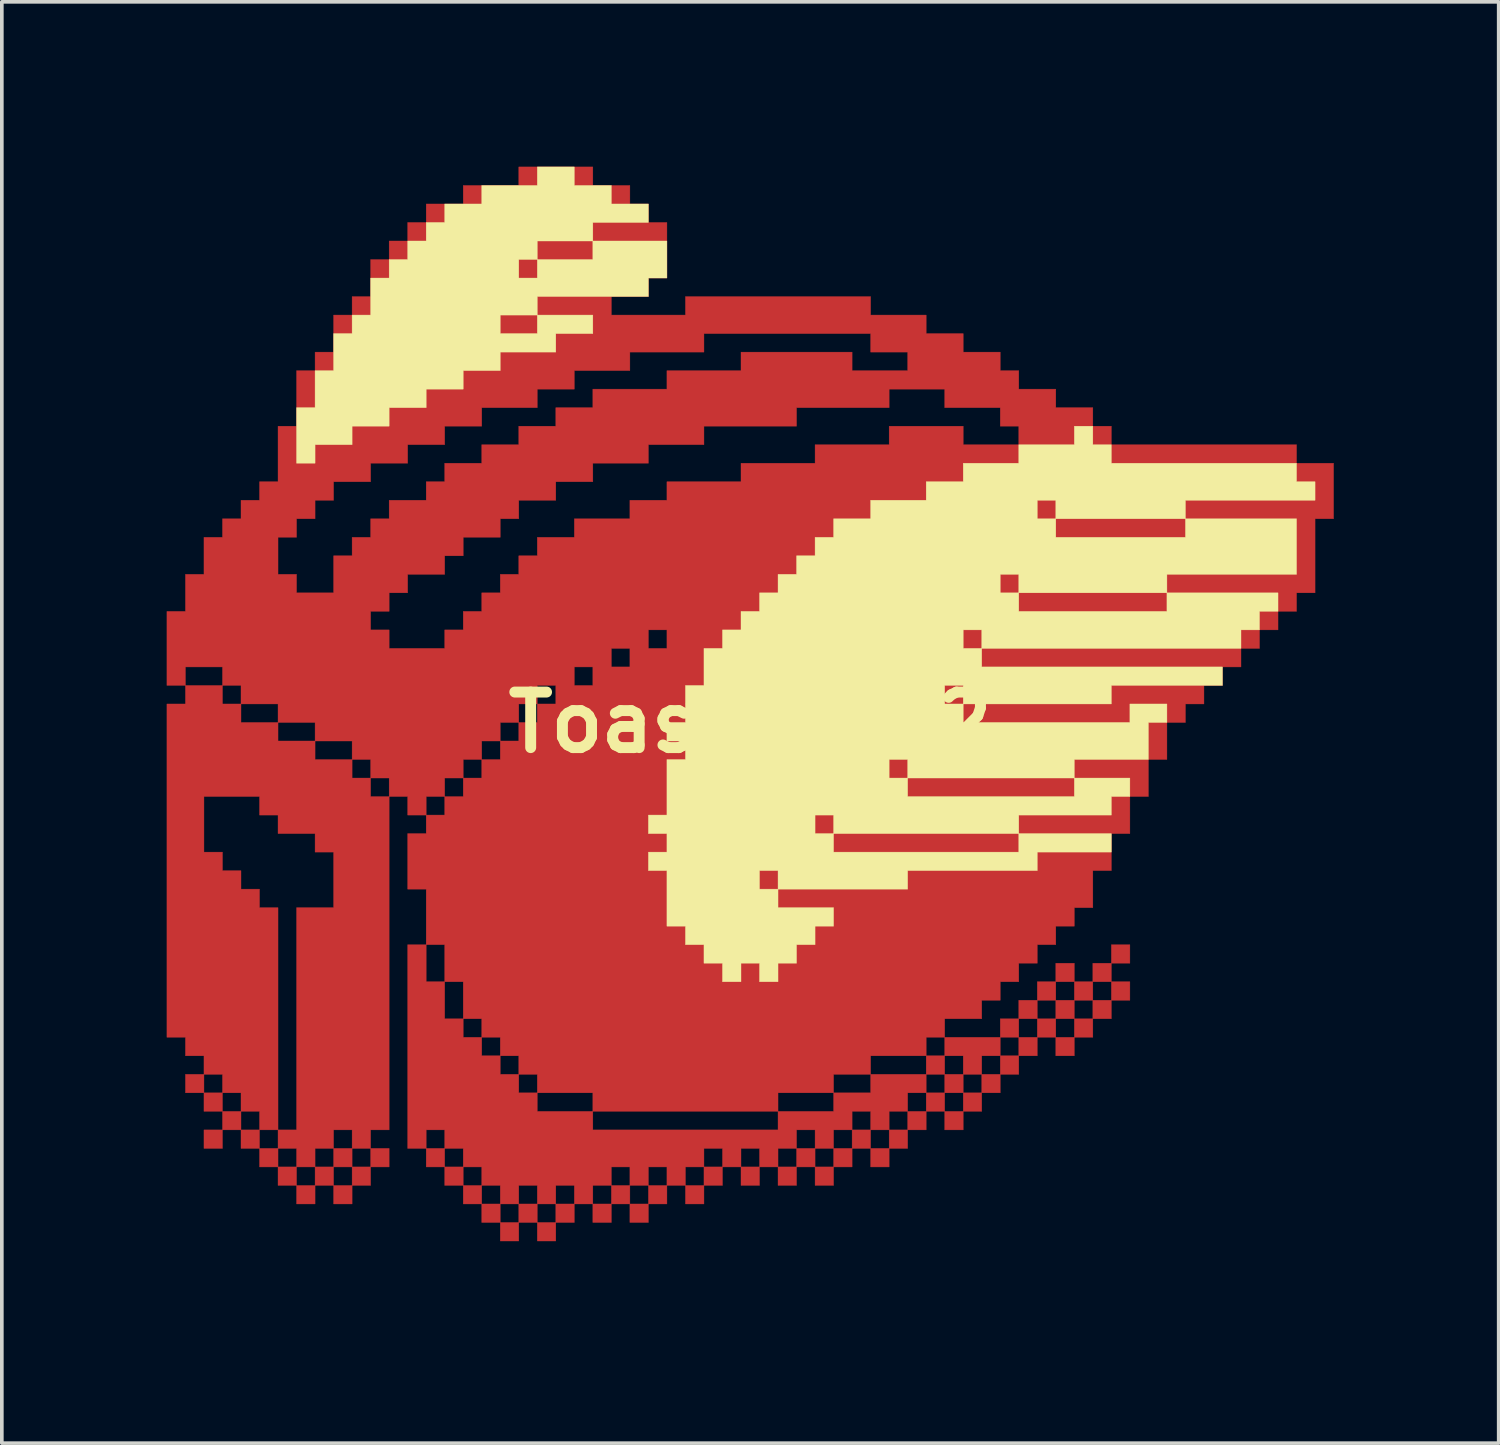
<source format=kicad_pcb>
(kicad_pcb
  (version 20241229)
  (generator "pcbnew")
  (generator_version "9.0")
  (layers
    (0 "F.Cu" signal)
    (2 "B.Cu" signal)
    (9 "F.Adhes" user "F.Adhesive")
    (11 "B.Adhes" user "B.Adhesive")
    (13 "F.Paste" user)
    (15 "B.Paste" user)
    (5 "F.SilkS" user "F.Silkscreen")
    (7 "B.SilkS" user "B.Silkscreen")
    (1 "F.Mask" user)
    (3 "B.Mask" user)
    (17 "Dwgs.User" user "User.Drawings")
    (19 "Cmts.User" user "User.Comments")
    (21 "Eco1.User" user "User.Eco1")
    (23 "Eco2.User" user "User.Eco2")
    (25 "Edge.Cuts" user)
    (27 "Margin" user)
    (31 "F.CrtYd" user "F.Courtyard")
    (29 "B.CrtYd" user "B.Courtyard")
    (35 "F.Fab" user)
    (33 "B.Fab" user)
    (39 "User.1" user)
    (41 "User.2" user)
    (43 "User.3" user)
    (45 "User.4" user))
  (footprint "Toasty_rev2"
    (layer "F.Cu")
    (at 17.531 16.769)
    (property "Reference" "Toasty_rev2" (at 0 0 0) (layer "F.SilkS") (effects (font (size 1.524 1.524) (thickness 0.3))))
    (attr through_hole)
    (fp_poly (pts (xy -15.494 10.16) (xy -15.494 9.652) (xy -14.986 9.652) (xy -14.986 10.16) (xy -15.494 10.16)) (stroke (width 0.01) (type solid)) (fill yes) (layer "F.Cu"))
    (fp_poly (pts (xy -14.986 10.668) (xy -14.986 10.16) (xy -14.478 10.16) (xy -14.478 10.668) (xy -14.986 10.668)) (stroke (width 0.01) (type solid)) (fill yes) (layer "F.Cu"))
    (fp_poly (pts (xy -14.478 10.668) (xy -13.97 10.668) (xy -13.97 11.176) (xy -14.478 11.176) (xy -14.478 10.668)) (stroke (width 0.01) (type solid)) (fill yes) (layer "F.Cu"))
    (fp_poly (pts (xy -14.478 11.684) (xy -14.986 11.684) (xy -14.986 11.176) (xy -14.478 11.176) (xy -14.478 11.684)) (stroke (width 0.01) (type solid)) (fill yes) (layer "F.Cu"))
    (fp_poly (pts (xy -10.922 12.192) (xy -11.43 12.192) (xy -11.43 11.684) (xy -10.922 11.684) (xy -10.922 12.192)) (stroke (width 0.01) (type solid)) (fill yes) (layer "F.Cu"))
    (fp_poly (pts (xy 1.27 12.192) (xy 1.27 11.684) (xy 1.778 11.684) (xy 1.778 12.192) (xy 1.27 12.192)) (stroke (width 0.01) (type solid)) (fill yes) (layer "F.Cu"))
    (fp_poly (pts (xy 1.27 12.7) (xy 0.762 12.7) (xy 0.762 12.192) (xy 1.27 12.192) (xy 1.27 12.7)) (stroke (width 0.01) (type solid)) (fill yes) (layer "F.Cu"))
    (fp_poly (pts (xy 2.286 12.7) (xy 1.778 12.7) (xy 1.778 12.192) (xy 2.286 12.192) (xy 2.286 12.7)) (stroke (width 0.01) (type solid)) (fill yes) (layer "F.Cu"))
    (fp_poly (pts (xy 2.794 11.684) (xy 2.794 11.176) (xy 3.302 11.176) (xy 3.302 11.684) (xy 2.794 11.684)) (stroke (width 0.01) (type solid)) (fill yes) (layer "F.Cu"))
    (fp_poly (pts (xy 2.794 12.192) (xy 2.286 12.192) (xy 2.286 11.684) (xy 2.794 11.684) (xy 2.794 12.192)) (stroke (width 0.01) (type solid)) (fill yes) (layer "F.Cu"))
    (fp_poly (pts (xy 3.81 12.192) (xy 3.302 12.192) (xy 3.302 11.684) (xy 3.81 11.684) (xy 3.81 12.192)) (stroke (width 0.01) (type solid)) (fill yes) (layer "F.Cu"))
    (fp_poly (pts (xy 4.318 11.684) (xy 3.81 11.684) (xy 3.81 11.176) (xy 4.318 11.176) (xy 4.318 11.684)) (stroke (width 0.01) (type solid)) (fill yes) (layer "F.Cu"))
    (fp_poly (pts (xy 4.826 9.652) (xy 4.826 9.144) (xy 5.334 9.144) (xy 5.334 9.652) (xy 4.826 9.652)) (stroke (width 0.01) (type solid)) (fill yes) (layer "F.Cu"))
    (fp_poly (pts (xy 4.826 10.668) (xy 4.826 10.16) (xy 5.334 10.16) (xy 5.334 10.668) (xy 4.826 10.668)) (stroke (width 0.01) (type solid)) (fill yes) (layer "F.Cu"))
    (fp_poly (pts (xy 4.826 11.176) (xy 4.318 11.176) (xy 4.318 10.668) (xy 4.826 10.668) (xy 4.826 11.176)) (stroke (width 0.01) (type solid)) (fill yes) (layer "F.Cu"))
    (fp_poly (pts (xy 5.842 9.652) (xy 5.842 10.16) (xy 5.334 10.16) (xy 5.334 9.652) (xy 5.842 9.652)) (stroke (width 0.01) (type solid)) (fill yes) (layer "F.Cu"))
    (fp_poly (pts (xy 5.842 11.176) (xy 5.334 11.176) (xy 5.334 10.668) (xy 5.842 10.668) (xy 5.842 11.176)) (stroke (width 0.01) (type solid)) (fill yes) (layer "F.Cu"))
    (fp_poly (pts (xy 6.35 10.668) (xy 5.842 10.668) (xy 5.842 10.16) (xy 6.35 10.16) (xy 6.35 10.668)) (stroke (width 0.01) (type solid)) (fill yes) (layer "F.Cu"))
    (fp_poly (pts (xy 6.858 10.16) (xy 6.35 10.16) (xy 6.35 9.652) (xy 6.858 9.652) (xy 6.858 10.16)) (stroke (width 0.01) (type solid)) (fill yes) (layer "F.Cu"))
    (fp_poly (pts (xy 7.366 8.636) (xy 6.858 8.636) (xy 6.858 8.128) (xy 7.366 8.128) (xy 7.366 8.636)) (stroke (width 0.01) (type solid)) (fill yes) (layer "F.Cu"))
    (fp_poly (pts (xy 7.366 9.652) (xy 6.858 9.652) (xy 6.858 9.144) (xy 7.366 9.144) (xy 7.366 9.652)) (stroke (width 0.01) (type solid)) (fill yes) (layer "F.Cu"))
    (fp_poly (pts (xy 7.874 8.128) (xy 7.366 8.128) (xy 7.366 7.62) (xy 7.874 7.62) (xy 7.874 8.128)) (stroke (width 0.01) (type solid)) (fill yes) (layer "F.Cu"))
    (fp_poly (pts (xy 7.874 8.636) (xy 7.874 8.128) (xy 8.382 8.128) (xy 8.382 8.636) (xy 7.874 8.636)) (stroke (width 0.01) (type solid)) (fill yes) (layer "F.Cu"))
    (fp_poly (pts (xy 7.874 9.144) (xy 7.366 9.144) (xy 7.366 8.636) (xy 7.874 8.636) (xy 7.874 9.144)) (stroke (width 0.01) (type solid)) (fill yes) (layer "F.Cu"))
    (fp_poly (pts (xy 8.382 7.112) (xy 8.382 6.604) (xy 8.89 6.604) (xy 8.89 7.112) (xy 8.382 7.112)) (stroke (width 0.01) (type solid)) (fill yes) (layer "F.Cu"))
    (fp_poly (pts (xy 8.382 7.62) (xy 7.874 7.62) (xy 7.874 7.112) (xy 8.382 7.112) (xy 8.382 7.62)) (stroke (width 0.01) (type solid)) (fill yes) (layer "F.Cu"))
    (fp_poly (pts (xy 8.89 8.128) (xy 8.382 8.128) (xy 8.382 7.62) (xy 8.89 7.62) (xy 8.89 8.128)) (stroke (width 0.01) (type solid)) (fill yes) (layer "F.Cu"))
    (fp_poly (pts (xy 8.89 9.144) (xy 8.382 9.144) (xy 8.382 8.636) (xy 8.89 8.636) (xy 8.89 9.144)) (stroke (width 0.01) (type solid)) (fill yes) (layer "F.Cu"))
    (fp_poly (pts (xy 9.398 7.62) (xy 8.89 7.62) (xy 8.89 7.112) (xy 9.398 7.112) (xy 9.398 7.62)) (stroke (width 0.01) (type solid)) (fill yes) (layer "F.Cu"))
    (fp_poly (pts (xy 9.398 8.636) (xy 8.89 8.636) (xy 8.89 8.128) (xy 9.398 8.128) (xy 9.398 8.636)) (stroke (width 0.01) (type solid)) (fill yes) (layer "F.Cu"))
    (fp_poly (pts (xy 9.906 6.096) (xy 10.414 6.096) (xy 10.414 6.604) (xy 9.906 6.604) (xy 9.906 6.096)) (stroke (width 0.01) (type solid)) (fill yes) (layer "F.Cu"))
    (fp_poly (pts (xy 9.906 7.112) (xy 9.398 7.112) (xy 9.398 6.604) (xy 9.906 6.604) (xy 9.906 7.112)) (stroke (width 0.01) (type solid)) (fill yes) (layer "F.Cu"))
    (fp_poly (pts (xy 9.906 7.112) (xy 10.414 7.112) (xy 10.414 7.62) (xy 9.906 7.62) (xy 9.906 7.112)) (stroke (width 0.01) (type solid)) (fill yes) (layer "F.Cu"))
    (fp_poly (pts (xy 9.906 8.128) (xy 9.398 8.128) (xy 9.398 7.62) (xy 9.906 7.62) (xy 9.906 8.128)) (stroke (width 0.01) (type solid)) (fill yes) (layer "F.Cu"))
    (fp_poly (pts (xy 6.858 9.144) (xy 6.35 9.144) (xy 6.35 9.652) (xy 5.842 9.652) (xy 5.842 9.144) (xy 5.334 9.144) (xy 5.334 8.636) (xy 6.858 8.636) (xy 6.858 9.144)) (stroke (width 0.01) (type solid)) (fill yes) (layer "F.Cu"))
    (fp_poly (pts (xy 0.254 12.192) (xy 0.254 12.7) (xy -0.254 12.7) (xy -0.254 12.192) (xy -0.762 12.192) (xy -0.762 12.7) (xy -1.27 12.7) (xy -1.27 13.208) (xy -1.778 13.208) (xy -1.778 12.7) (xy -2.286 12.7) (xy -2.286 13.208) (xy -2.794 13.208) (xy -2.794 13.716) (xy -3.302 13.716) (xy -3.302 13.208) (xy -3.81 13.208) (xy -3.81 13.716) (xy -4.318 13.716) (xy -4.318 13.208) (xy -4.826 13.208) (xy -4.826 13.716) (xy -5.334 13.716) (xy -5.334 14.224) (xy -5.842 14.224) (xy -5.842 13.716) (xy -6.35 13.716) (xy -6.35 14.224) (xy -6.858 14.224) (xy -6.858 13.716) (xy -7.366 13.716) (xy -7.366 13.208) (xy -7.874 13.208) (xy -7.874 12.7) (xy -8.382 12.7) (xy -8.382 12.192) (xy -8.89 12.192) (xy -8.89 11.684) (xy -9.398 11.684) (xy -9.398 11.176) (xy -8.89 11.176) (xy -8.89 11.684) (xy -8.382 11.684) (xy -8.382 12.192) (xy -7.874 12.192) (xy -7.874 12.7) (xy -7.366 12.7) (xy -7.366 13.208) (xy -6.858 13.208) (xy -6.858 13.716) (xy -6.35 13.716) (xy -6.35 13.208) (xy -6.858 13.208) (xy -6.858 12.7) (xy -6.35 12.7) (xy -6.35 13.208) (xy -5.842 13.208) (xy -5.842 13.716) (xy -5.334 13.716) (xy -5.334 13.208) (xy -5.842 13.208) (xy -5.842 12.7) (xy -5.334 12.7) (xy -5.334 13.208) (xy -4.826 13.208) (xy -4.826 12.7) (xy -4.318 12.7) (xy -4.318 13.208) (xy -3.81 13.208) (xy -3.81 12.7) (xy -4.318 12.7) (xy -4.826 12.7) (xy -5.334 12.7) (xy -5.842 12.7) (xy -6.35 12.7) (xy -6.858 12.7) (xy -7.366 12.7) (xy -7.366 12.192) (xy -3.81 12.192) (xy -3.81 12.7) (xy -3.302 12.7) (xy -3.302 13.208) (xy -2.794 13.208) (xy -2.794 12.7) (xy -3.302 12.7) (xy -3.302 12.192) (xy -2.794 12.192) (xy -2.794 12.7) (xy -2.286 12.7) (xy -2.286 12.192) (xy -1.778 12.192) (xy -1.778 12.7) (xy -1.27 12.7) (xy -1.27 12.192) (xy -1.778 12.192) (xy -2.286 12.192) (xy -2.794 12.192) (xy -3.302 12.192) (xy -3.81 12.192) (xy -7.366 12.192) (xy -7.874 12.192) (xy -7.874 11.684) (xy -1.27 11.684) (xy -1.27 12.192) (xy -0.762 12.192) (xy -0.762 11.684) (xy -0.254 11.684) (xy -0.254 12.192) (xy 0.254 12.192) (xy 0.254 11.684) (xy -0.254 11.684) (xy -0.762 11.684) (xy -1.27 11.684) (xy -7.874 11.684) (xy -8.382 11.684) (xy -8.382 11.176) (xy -8.89 11.176) (xy -9.398 11.176) (xy -9.398 6.096) (xy -8.89 6.096) (xy -8.89 7.112) (xy -8.382 7.112) (xy -8.382 8.128) (xy -7.874 8.128) (xy -7.874 8.636) (xy -7.366 8.636) (xy -7.366 9.144) (xy -6.858 9.144) (xy -6.858 9.652) (xy -6.35 9.652) (xy -6.35 10.16) (xy -5.842 10.16) (xy -5.842 10.668) (xy -4.318 10.668) (xy -4.318 11.176) (xy 0.762 11.176) (xy 0.762 10.668) (xy 2.286 10.668) (xy 2.286 10.16) (xy 3.302 10.16) (xy 3.302 9.652) (xy 4.826 9.652) (xy 4.826 10.16) (xy 4.318 10.16) (xy 4.318 10.668) (xy 3.81 10.668) (xy 3.81 11.176) (xy 3.302 11.176) (xy 3.302 10.668) (xy 2.794 10.668) (xy 2.794 11.176) (xy 2.286 11.176) (xy 2.286 11.684) (xy 1.778 11.684) (xy 1.778 11.176) (xy 1.27 11.176) (xy 1.27 11.684) (xy 0.762 11.684) (xy 0.762 12.192) (xy 0.254 12.192)) (stroke (width 0.01) (type solid)) (fill yes) (layer "F.Cu"))
    (fp_poly (pts (xy 4.826 8.636) (xy 4.826 9.144) (xy 3.302 9.144) (xy 3.302 9.652) (xy 2.286 9.652) (xy 2.286 10.16) (xy 0.762 10.16) (xy 0.762 10.668) (xy -4.318 10.668) (xy -4.318 10.16) (xy -5.842 10.16) (xy -5.842 9.652) (xy -6.35 9.652) (xy -6.35 9.144) (xy -6.858 9.144) (xy -6.858 8.636) (xy -7.366 8.636) (xy -7.366 8.128) (xy -7.874 8.128) (xy -7.874 7.112) (xy -8.382 7.112) (xy -8.382 6.096) (xy -8.89 6.096) (xy -8.89 4.572) (xy -9.398 4.572) (xy -9.398 3.048) (xy -8.89 3.048) (xy -8.89 2.54) (xy -9.398 2.54) (xy -9.398 2.032) (xy -8.89 2.032) (xy -8.89 2.54) (xy -8.382 2.54) (xy -8.382 2.032) (xy -8.89 2.032) (xy -9.398 2.032) (xy -9.906 2.032) (xy -9.906 11.176) (xy -10.414 11.176) (xy -10.414 11.684) (xy -9.906 11.684) (xy -9.906 12.192) (xy -10.414 12.192) (xy -10.414 12.7) (xy -10.922 12.7) (xy -10.922 13.208) (xy -11.43 13.208) (xy -11.43 12.7) (xy -11.938 12.7) (xy -11.938 13.208) (xy -12.446 13.208) (xy -12.446 12.7) (xy -12.954 12.7) (xy -12.954 12.192) (xy -13.462 12.192) (xy -13.462 11.684) (xy -13.97 11.684) (xy -13.97 11.176) (xy -13.462 11.176) (xy -13.462 11.684) (xy -12.954 11.684) (xy -12.954 12.192) (xy -12.446 12.192) (xy -12.446 12.7) (xy -11.938 12.7) (xy -11.938 12.192) (xy -12.446 12.192) (xy -12.446 11.684) (xy -11.938 11.684) (xy -11.938 12.192) (xy -11.43 12.192) (xy -11.43 12.7) (xy -10.922 12.7) (xy -10.922 12.192) (xy -10.414 12.192) (xy -10.414 11.684) (xy -10.922 11.684) (xy -10.922 11.176) (xy -11.43 11.176) (xy -11.43 11.684) (xy -11.938 11.684) (xy -12.446 11.684) (xy -12.954 11.684) (xy -12.954 11.176) (xy -13.462 11.176) (xy -13.462 10.668) (xy -13.97 10.668) (xy -13.97 10.16) (xy -14.478 10.16) (xy -14.478 9.652) (xy -14.986 9.652) (xy -14.986 9.144) (xy -15.494 9.144) (xy -15.494 8.636) (xy -16.002 8.636) (xy -16.002 2.032) (xy -14.986 2.032) (xy -14.986 3.556) (xy -14.478 3.556) (xy -14.478 4.064) (xy -13.97 4.064) (xy -13.97 4.572) (xy -13.462 4.572) (xy -13.462 5.08) (xy -12.954 5.08) (xy -12.954 11.176) (xy -12.446 11.176) (xy -12.446 5.08) (xy -11.43 5.08) (xy -11.43 3.556) (xy -11.938 3.556) (xy -11.938 3.048) (xy -12.954 3.048) (xy -12.954 2.54) (xy -13.462 2.54) (xy -13.462 2.032) (xy -10.414 2.032) (xy -9.906 2.032) (xy -9.906 1.524) (xy -8.382 1.524) (xy -8.382 2.032) (xy -7.874 2.032) (xy -7.874 1.524) (xy -8.382 1.524) (xy -9.906 1.524) (xy -10.414 1.524) (xy -10.414 2.032) (xy -13.462 2.032) (xy -14.986 2.032) (xy -16.002 2.032) (xy -16.002 -0.508) (xy -15.494 -0.508) (xy -15.494 -1.016) (xy -16.002 -1.016) (xy -16.002 -1.524) (xy -15.494 -1.524) (xy -15.494 -1.016) (xy -14.478 -1.016) (xy -14.478 -0.508) (xy -13.97 -0.508) (xy -13.97 0) (xy -12.954 0) (xy -12.954 0.508) (xy -11.938 0.508) (xy -11.938 1.016) (xy -10.922 1.016) (xy -10.922 1.524) (xy -10.414 1.524) (xy -10.414 1.016) (xy -7.874 1.016) (xy -7.874 1.524) (xy -7.366 1.524) (xy -7.366 1.016) (xy -7.874 1.016) (xy -10.414 1.016) (xy -10.922 1.016) (xy -10.922 0.508) (xy -7.366 0.508) (xy -7.366 1.016) (xy -6.858 1.016) (xy -6.858 0.508) (xy -7.366 0.508) (xy -10.922 0.508) (xy -11.938 0.508) (xy -11.938 0) (xy -6.858 0) (xy -6.858 0.508) (xy -6.35 0.508) (xy -6.35 0) (xy -6.858 0) (xy -11.938 0) (xy -12.954 0) (xy -12.954 -0.508) (xy -6.35 -0.508) (xy -6.35 0) (xy -5.842 0) (xy -5.842 -0.508) (xy -6.35 -0.508) (xy -12.954 -0.508) (xy -13.97 -0.508) (xy -13.97 -1.016) (xy -5.842 -1.016) (xy -5.842 -0.508) (xy -5.334 -0.508) (xy -5.334 -1.016) (xy -5.842 -1.016) (xy -13.97 -1.016) (xy -14.478 -1.016) (xy -14.478 -1.524) (xy -4.826 -1.524) (xy -4.826 -1.016) (xy -4.318 -1.016) (xy -4.318 -1.524) (xy -4.826 -1.524) (xy -14.478 -1.524) (xy -15.494 -1.524) (xy -16.002 -1.524) (xy -16.002 -3.048) (xy -15.494 -3.048) (xy -10.414 -3.048) (xy -10.414 -2.54) (xy -9.906 -2.54) (xy -9.906 -2.032) (xy -8.382 -2.032) (xy -3.81 -2.032) (xy -3.81 -1.524) (xy -3.302 -1.524) (xy -3.302 -2.032) (xy -3.81 -2.032) (xy -8.382 -2.032) (xy -8.382 -2.54) (xy -7.874 -2.54) (xy -2.794 -2.54) (xy -2.794 -2.032) (xy -2.286 -2.032) (xy -2.286 -2.54) (xy -2.794 -2.54) (xy -7.874 -2.54) (xy -7.874 -3.048) (xy -7.366 -3.048) (xy -7.366 -3.556) (xy -6.858 -3.556) (xy -6.858 -4.064) (xy -6.35 -4.064) (xy -6.35 -4.572) (xy -5.842 -4.572) (xy -5.842 -5.08) (xy -4.826 -5.08) (xy -4.826 -5.588) (xy -3.302 -5.588) (xy -3.302 -6.096) (xy -2.286 -6.096) (xy -2.286 -6.604) (xy -0.254 -6.604) (xy -0.254 -7.112) (xy 1.778 -7.112) (xy 1.778 -7.62) (xy 3.81 -7.62) (xy 3.81 -8.128) (xy 5.842 -8.128) (xy 5.842 -7.62) (xy 7.366 -7.62) (xy 7.366 -8.128) (xy 6.858 -8.128) (xy 6.858 -8.636) (xy 5.334 -8.636) (xy 5.334 -9.144) (xy 3.81 -9.144) (xy 3.81 -8.636) (xy 1.27 -8.636) (xy 1.27 -8.128) (xy -1.27 -8.128) (xy -1.27 -7.62) (xy -2.794 -7.62) (xy -2.794 -7.112) (xy -4.318 -7.112) (xy -4.318 -6.604) (xy -5.334 -6.604) (xy -5.334 -6.096) (xy -6.35 -6.096) (xy -6.35 -5.588) (xy -6.858 -5.588) (xy -6.858 -5.08) (xy -7.874 -5.08) (xy -7.874 -4.572) (xy -8.382 -4.572) (xy -8.382 -4.064) (xy -9.398 -4.064) (xy -9.398 -3.556) (xy -9.906 -3.556) (xy -9.906 -3.048) (xy -10.414 -3.048) (xy -15.494 -3.048) (xy -15.494 -4.064) (xy -14.986 -4.064) (xy -14.986 -5.08) (xy -14.478 -5.08) (xy -12.954 -5.08) (xy -12.954 -4.064) (xy -12.446 -4.064) (xy -12.446 -3.556) (xy -11.43 -3.556) (xy -11.43 -4.572) (xy -10.922 -4.572) (xy -10.922 -5.08) (xy -10.414 -5.08) (xy -10.414 -5.588) (xy -9.906 -5.588) (xy -9.906 -6.096) (xy -8.89 -6.096) (xy -8.89 -6.604) (xy -8.382 -6.604) (xy -8.382 -7.112) (xy -7.366 -7.112) (xy -7.366 -7.62) (xy -6.35 -7.62) (xy -6.35 -8.128) (xy -5.334 -8.128) (xy -5.334 -8.636) (xy -4.318 -8.636) (xy -4.318 -9.144) (xy -2.286 -9.144) (xy -2.286 -9.652) (xy -0.254 -9.652) (xy -0.254 -10.16) (xy 2.794 -10.16) (xy 2.794 -9.652) (xy 4.318 -9.652) (xy 4.318 -10.16) (xy 3.302 -10.16) (xy 3.302 -10.668) (xy -1.27 -10.668) (xy -1.27 -10.16) (xy -3.302 -10.16) (xy -3.302 -9.652) (xy -4.826 -9.652) (xy -4.826 -9.144) (xy -5.842 -9.144) (xy -5.842 -8.636) (xy -7.366 -8.636) (xy -7.366 -8.128) (xy -8.382 -8.128) (xy -8.382 -7.62) (xy -9.398 -7.62) (xy -9.398 -7.112) (xy -10.414 -7.112) (xy -10.414 -6.604) (xy -11.43 -6.604) (xy -11.43 -6.096) (xy -11.938 -6.096) (xy -11.938 -5.588) (xy -12.446 -5.588) (xy -12.446 -5.08) (xy -12.954 -5.08) (xy -14.478 -5.08) (xy -14.478 -5.588) (xy -13.97 -5.588) (xy -13.97 -6.096) (xy -13.462 -6.096) (xy -13.462 -6.604) (xy -12.954 -6.604) (xy -12.954 -8.128) (xy -12.446 -8.128) (xy -12.446 -9.652) (xy -11.938 -9.652) (xy -11.938 -10.16) (xy -11.43 -10.16) (xy -11.43 -11.176) (xy -10.922 -11.176) (xy -10.922 -11.684) (xy -10.414 -11.684) (xy -10.414 -12.7) (xy -9.906 -12.7) (xy -9.906 -13.208) (xy -9.398 -13.208) (xy -9.398 -13.716) (xy -8.89 -13.716) (xy -8.89 -14.224) (xy -7.874 -14.224) (xy -7.874 -14.732) (xy -6.35 -14.732) (xy -6.35 -15.24) (xy -4.318 -15.24) (xy -4.318 -14.732) (xy -3.302 -14.732) (xy -3.302 -14.224) (xy -2.794 -14.224) (xy -2.794 -13.716) (xy -2.286 -13.716) (xy -2.286 -12.192) (xy -2.794 -12.192) (xy -2.794 -11.684) (xy -3.81 -11.684) (xy -3.81 -11.176) (xy -1.778 -11.176) (xy -1.778 -11.684) (xy 3.302 -11.684) (xy 3.302 -11.176) (xy 4.826 -11.176) (xy 4.826 -10.668) (xy 5.842 -10.668) (xy 5.842 -10.16) (xy 6.858 -10.16) (xy 6.858 -9.652) (xy 7.366 -9.652) (xy 7.366 -9.144) (xy 8.382 -9.144) (xy 8.382 -8.636) (xy 9.398 -8.636) (xy 9.398 -8.128) (xy 9.906 -8.128) (xy 9.906 -7.62) (xy 14.986 -7.62) (xy 14.986 -7.112) (xy 16.002 -7.112) (xy 16.002 -5.588) (xy 15.494 -5.588) (xy 15.494 -3.556) (xy 14.986 -3.556) (xy 14.986 -3.048) (xy 14.478 -3.048) (xy 14.478 -2.54) (xy 13.97 -2.54) (xy 13.97 -2.032) (xy 13.462 -2.032) (xy 13.462 -1.524) (xy 12.954 -1.524) (xy 12.954 -1.016) (xy 12.446 -1.016) (xy 12.446 -0.508) (xy 11.938 -0.508) (xy 11.938 0) (xy 11.43 0) (xy 11.43 1.016) (xy 10.922 1.016) (xy 10.922 2.032) (xy 10.414 2.032) (xy 10.414 3.048) (xy 9.906 3.048) (xy 9.906 4.064) (xy 9.398 4.064) (xy 9.398 5.08) (xy 8.89 5.08) (xy 8.89 5.588) (xy 8.382 5.588) (xy 8.382 6.096) (xy 7.874 6.096) (xy 7.874 6.604) (xy 7.366 6.604) (xy 7.366 7.112) (xy 6.858 7.112) (xy 6.858 7.62) (xy 6.35 7.62) (xy 6.35 8.128) (xy 5.334 8.128) (xy 5.334 8.636) (xy 4.826 8.636)) (stroke (width 0.01) (type solid)) (fill yes) (layer "F.Cu"))
    (fp_poly (pts (xy -15.494 -1.016) (xy -15.494 -1.524) (xy -14.478 -1.524) (xy -14.478 -1.016) (xy -15.494 -1.016)) (stroke (width 0.01) (type solid)) (fill yes) (layer "F.Mask"))
    (fp_poly (pts (xy -14.986 10.16) (xy -14.986 9.652) (xy -14.478 9.652) (xy -14.478 10.16) (xy -14.986 10.16)) (stroke (width 0.01) (type solid)) (fill yes) (layer "F.Mask"))
    (fp_poly (pts (xy -14.478 -0.508) (xy -14.478 -1.016) (xy -13.97 -1.016) (xy -13.97 -0.508) (xy -14.478 -0.508)) (stroke (width 0.01) (type solid)) (fill yes) (layer "F.Mask"))
    (fp_poly (pts (xy -13.97 0) (xy -13.97 -0.508) (xy -12.954 -0.508) (xy -12.954 0) (xy -13.97 0)) (stroke (width 0.01) (type solid)) (fill yes) (layer "F.Mask"))
    (fp_poly (pts (xy -13.97 10.16) (xy -13.97 10.668) (xy -14.478 10.668) (xy -14.478 10.16) (xy -13.97 10.16)) (stroke (width 0.01) (type solid)) (fill yes) (layer "F.Mask"))
    (fp_poly (pts (xy -12.954 0.508) (xy -12.954 0) (xy -11.938 0) (xy -11.938 0.508) (xy -12.954 0.508)) (stroke (width 0.01) (type solid)) (fill yes) (layer "F.Mask"))
    (fp_poly (pts (xy -12.954 12.192) (xy -12.954 11.684) (xy -12.446 11.684) (xy -12.446 12.192) (xy -12.954 12.192)) (stroke (width 0.01) (type solid)) (fill yes) (layer "F.Mask"))
    (fp_poly (pts (xy -11.938 1.016) (xy -11.938 0.508) (xy -10.922 0.508) (xy -10.922 1.016) (xy -11.938 1.016)) (stroke (width 0.01) (type solid)) (fill yes) (layer "F.Mask"))
    (fp_poly (pts (xy -11.938 12.7) (xy -12.446 12.7) (xy -12.446 12.192) (xy -11.938 12.192) (xy -11.938 12.7)) (stroke (width 0.01) (type solid)) (fill yes) (layer "F.Mask"))
    (fp_poly (pts (xy -11.43 11.176) (xy -10.922 11.176) (xy -10.922 11.684) (xy -11.43 11.684) (xy -11.43 11.176)) (stroke (width 0.01) (type solid)) (fill yes) (layer "F.Mask"))
    (fp_poly (pts (xy -11.43 12.192) (xy -11.938 12.192) (xy -11.938 11.684) (xy -11.43 11.684) (xy -11.43 12.192)) (stroke (width 0.01) (type solid)) (fill yes) (layer "F.Mask"))
    (fp_poly (pts (xy -10.922 1.524) (xy -10.922 1.016) (xy -10.414 1.016) (xy -10.414 1.524) (xy -10.922 1.524)) (stroke (width 0.01) (type solid)) (fill yes) (layer "F.Mask"))
    (fp_poly (pts (xy -10.922 11.684) (xy -10.414 11.684) (xy -10.414 12.192) (xy -10.922 12.192) (xy -10.922 11.684)) (stroke (width 0.01) (type solid)) (fill yes) (layer "F.Mask"))
    (fp_poly (pts (xy -10.922 12.7) (xy -11.43 12.7) (xy -11.43 12.192) (xy -10.922 12.192) (xy -10.922 12.7)) (stroke (width 0.01) (type solid)) (fill yes) (layer "F.Mask"))
    (fp_poly (pts (xy -9.906 1.524) (xy -9.906 2.032) (xy -10.414 2.032) (xy -10.414 1.524) (xy -9.906 1.524)) (stroke (width 0.01) (type solid)) (fill yes) (layer "F.Mask"))
    (fp_poly (pts (xy -8.89 11.684) (xy -8.89 11.176) (xy -8.382 11.176) (xy -8.382 11.684) (xy -8.89 11.684)) (stroke (width 0.01) (type solid)) (fill yes) (layer "F.Mask"))
    (fp_poly (pts (xy -8.382 5.588) (xy -7.874 5.588) (xy -7.874 6.096) (xy -8.382 6.096) (xy -8.382 5.588)) (stroke (width 0.01) (type solid)) (fill yes) (layer "F.Mask"))
    (fp_poly (pts (xy -8.382 7.112) (xy -8.89 7.112) (xy -8.89 6.096) (xy -8.382 6.096) (xy -8.382 7.112)) (stroke (width 0.01) (type solid)) (fill yes) (layer "F.Mask"))
    (fp_poly (pts (xy -8.382 12.192) (xy -8.382 11.684) (xy -7.874 11.684) (xy -7.874 12.192) (xy -8.382 12.192)) (stroke (width 0.01) (type solid)) (fill yes) (layer "F.Mask"))
    (fp_poly (pts (xy -7.874 7.112) (xy -7.874 6.096) (xy -7.366 6.096) (xy -7.366 7.112) (xy -7.874 7.112)) (stroke (width 0.01) (type solid)) (fill yes) (layer "F.Mask"))
    (fp_poly (pts (xy -7.874 7.112) (xy -7.874 8.128) (xy -8.382 8.128) (xy -8.382 7.112) (xy -7.874 7.112)) (stroke (width 0.01) (type solid)) (fill yes) (layer "F.Mask"))
    (fp_poly (pts (xy -7.874 12.7) (xy -7.874 12.192) (xy -7.366 12.192) (xy -7.366 12.7) (xy -7.874 12.7)) (stroke (width 0.01) (type solid)) (fill yes) (layer "F.Mask"))
    (fp_poly (pts (xy -7.366 8.128) (xy -7.366 8.636) (xy -7.874 8.636) (xy -7.874 8.128) (xy -7.366 8.128)) (stroke (width 0.01) (type solid)) (fill yes) (layer "F.Mask"))
    (fp_poly (pts (xy -7.366 13.208) (xy -7.366 12.7) (xy -6.858 12.7) (xy -6.858 13.208) (xy -7.366 13.208)) (stroke (width 0.01) (type solid)) (fill yes) (layer "F.Mask"))
    (fp_poly (pts (xy -6.858 7.112) (xy -6.858 7.62) (xy -7.366 7.62) (xy -7.366 7.112) (xy -6.858 7.112)) (stroke (width 0.01) (type solid)) (fill yes) (layer "F.Mask"))
    (fp_poly (pts (xy -6.35 13.208) (xy -6.35 12.7) (xy -5.842 12.7) (xy -5.842 13.208) (xy -6.35 13.208)) (stroke (width 0.01) (type solid)) (fill yes) (layer "F.Mask"))
    (fp_poly (pts (xy -6.35 13.716) (xy -6.858 13.716) (xy -6.858 13.208) (xy -6.35 13.208) (xy -6.35 13.716)) (stroke (width 0.01) (type solid)) (fill yes) (layer "F.Mask"))
    (fp_poly (pts (xy -5.334 12.7) (xy -4.826 12.7) (xy -4.826 13.208) (xy -5.334 13.208) (xy -5.334 12.7)) (stroke (width 0.01) (type solid)) (fill yes) (layer "F.Mask"))
    (fp_poly (pts (xy -5.334 13.716) (xy -5.842 13.716) (xy -5.842 13.208) (xy -5.334 13.208) (xy -5.334 13.716)) (stroke (width 0.01) (type solid)) (fill yes) (layer "F.Mask"))
    (fp_poly (pts (xy -3.81 12.7) (xy -3.81 12.192) (xy -3.302 12.192) (xy -3.302 12.7) (xy -3.81 12.7)) (stroke (width 0.01) (type solid)) (fill yes) (layer "F.Mask"))
    (fp_poly (pts (xy -3.81 13.208) (xy -4.318 13.208) (xy -4.318 12.7) (xy -3.81 12.7) (xy -3.81 13.208)) (stroke (width 0.01) (type solid)) (fill yes) (layer "F.Mask"))
    (fp_poly (pts (xy -2.794 12.192) (xy -2.286 12.192) (xy -2.286 12.7) (xy -2.794 12.7) (xy -2.794 12.192)) (stroke (width 0.01) (type solid)) (fill yes) (layer "F.Mask"))
    (fp_poly (pts (xy -2.794 13.208) (xy -3.302 13.208) (xy -3.302 12.7) (xy -2.794 12.7) (xy -2.794 13.208)) (stroke (width 0.01) (type solid)) (fill yes) (layer "F.Mask"))
    (fp_poly (pts (xy -2.286 1.016) (xy -2.794 1.016) (xy -2.794 0.508) (xy -2.286 0.508) (xy -2.286 1.016)) (stroke (width 0.01) (type solid)) (fill yes) (layer "F.Mask"))
    (fp_poly (pts (xy -2.286 2.032) (xy -2.794 2.032) (xy -2.794 1.524) (xy -2.286 1.524) (xy -2.286 2.032)) (stroke (width 0.01) (type solid)) (fill yes) (layer "F.Mask"))
    (fp_poly (pts (xy -1.27 11.684) (xy -0.762 11.684) (xy -0.762 12.192) (xy -1.27 12.192) (xy -1.27 11.684)) (stroke (width 0.01) (type solid)) (fill yes) (layer "F.Mask"))
    (fp_poly (pts (xy -1.27 12.7) (xy -1.778 12.7) (xy -1.778 12.192) (xy -1.27 12.192) (xy -1.27 12.7)) (stroke (width 0.01) (type solid)) (fill yes) (layer "F.Mask"))
    (fp_poly (pts (xy 0.254 12.192) (xy -0.254 12.192) (xy -0.254 11.684) (xy 0.254 11.684) (xy 0.254 12.192)) (stroke (width 0.01) (type solid)) (fill yes) (layer "F.Mask"))
    (fp_poly (pts (xy 1.27 11.176) (xy 1.778 11.176) (xy 1.778 11.684) (xy 1.27 11.684) (xy 1.27 11.176)) (stroke (width 0.01) (type solid)) (fill yes) (layer "F.Mask"))
    (fp_poly (pts (xy 1.27 12.192) (xy 0.762 12.192) (xy 0.762 11.684) (xy 1.27 11.684) (xy 1.27 12.192)) (stroke (width 0.01) (type solid)) (fill yes) (layer "F.Mask"))
    (fp_poly (pts (xy 2.286 5.588) (xy 2.794 5.588) (xy 2.794 6.096) (xy 2.286 6.096) (xy 2.286 5.588)) (stroke (width 0.01) (type solid)) (fill yes) (layer "F.Mask"))
    (fp_poly (pts (xy 2.286 6.604) (xy 1.778 6.604) (xy 1.778 6.096) (xy 2.286 6.096) (xy 2.286 6.604)) (stroke (width 0.01) (type solid)) (fill yes) (layer "F.Mask"))
    (fp_poly (pts (xy 2.286 8.636) (xy 2.794 8.636) (xy 2.794 9.144) (xy 2.286 9.144) (xy 2.286 8.636)) (stroke (width 0.01) (type solid)) (fill yes) (layer "F.Mask"))
    (fp_poly (pts (xy 2.286 11.176) (xy 2.794 11.176) (xy 2.794 11.684) (xy 2.286 11.684) (xy 2.286 11.176)) (stroke (width 0.01) (type solid)) (fill yes) (layer "F.Mask"))
    (fp_poly (pts (xy 2.286 11.684) (xy 2.286 12.192) (xy 1.778 12.192) (xy 1.778 11.684) (xy 2.286 11.684)) (stroke (width 0.01) (type solid)) (fill yes) (layer "F.Mask"))
    (fp_poly (pts (xy 2.794 5.08) (xy 3.302 5.08) (xy 3.302 5.588) (xy 2.794 5.588) (xy 2.794 5.08)) (stroke (width 0.01) (type solid)) (fill yes) (layer "F.Mask"))
    (fp_poly (pts (xy 2.794 6.604) (xy 2.794 6.096) (xy 3.302 6.096) (xy 3.302 6.604) (xy 2.794 6.604)) (stroke (width 0.01) (type solid)) (fill yes) (layer "F.Mask"))
    (fp_poly (pts (xy 2.794 8.128) (xy 3.302 8.128) (xy 3.302 8.636) (xy 2.794 8.636) (xy 2.794 8.128)) (stroke (width 0.01) (type solid)) (fill yes) (layer "F.Mask"))
    (fp_poly (pts (xy 2.794 10.668) (xy 3.302 10.668) (xy 3.302 11.176) (xy 2.794 11.176) (xy 2.794 10.668)) (stroke (width 0.01) (type solid)) (fill yes) (layer "F.Mask"))
    (fp_poly (pts (xy 3.81 5.08) (xy 4.318 5.08) (xy 4.318 5.588) (xy 3.81 5.588) (xy 3.81 5.08)) (stroke (width 0.01) (type solid)) (fill yes) (layer "F.Mask"))
    (fp_poly (pts (xy 3.81 5.588) (xy 3.81 6.096) (xy 3.302 6.096) (xy 3.302 5.588) (xy 3.81 5.588)) (stroke (width 0.01) (type solid)) (fill yes) (layer "F.Mask"))
    (fp_poly (pts (xy 3.81 6.604) (xy 3.81 7.112) (xy 3.302 7.112) (xy 3.302 6.604) (xy 3.81 6.604)) (stroke (width 0.01) (type solid)) (fill yes) (layer "F.Mask"))
    (fp_poly (pts (xy 3.81 10.668) (xy 4.318 10.668) (xy 4.318 11.176) (xy 3.81 11.176) (xy 3.81 10.668)) (stroke (width 0.01) (type solid)) (fill yes) (layer "F.Mask"))
    (fp_poly (pts (xy 3.81 11.176) (xy 3.81 11.684) (xy 3.302 11.684) (xy 3.302 11.176) (xy 3.81 11.176)) (stroke (width 0.01) (type solid)) (fill yes) (layer "F.Mask"))
    (fp_poly (pts (xy 4.318 4.572) (xy 4.826 4.572) (xy 4.826 5.08) (xy 4.318 5.08) (xy 4.318 4.572)) (stroke (width 0.01) (type solid)) (fill yes) (layer "F.Mask"))
    (fp_poly (pts (xy 4.318 10.16) (xy 4.826 10.16) (xy 4.826 10.668) (xy 4.318 10.668) (xy 4.318 10.16)) (stroke (width 0.01) (type solid)) (fill yes) (layer "F.Mask"))
    (fp_poly (pts (xy 4.826 7.112) (xy 5.334 7.112) (xy 5.334 7.62) (xy 4.826 7.62) (xy 4.826 7.112)) (stroke (width 0.01) (type solid)) (fill yes) (layer "F.Mask"))
    (fp_poly (pts (xy 5.334 4.572) (xy 5.842 4.572) (xy 5.842 5.08) (xy 5.334 5.08) (xy 5.334 4.572)) (stroke (width 0.01) (type solid)) (fill yes) (layer "F.Mask"))
    (fp_poly (pts (xy 5.334 5.08) (xy 5.334 5.588) (xy 4.826 5.588) (xy 4.826 5.08) (xy 5.334 5.08)) (stroke (width 0.01) (type solid)) (fill yes) (layer "F.Mask"))
    (fp_poly (pts (xy 5.334 5.588) (xy 5.842 5.588) (xy 5.842 6.096) (xy 5.334 6.096) (xy 5.334 5.588)) (stroke (width 0.01) (type solid)) (fill yes) (layer "F.Mask"))
    (fp_poly (pts (xy 5.334 6.604) (xy 5.842 6.604) (xy 5.842 7.112) (xy 5.334 7.112) (xy 5.334 6.604)) (stroke (width 0.01) (type solid)) (fill yes) (layer "F.Mask"))
    (fp_poly (pts (xy 6.35 4.572) (xy 6.858 4.572) (xy 6.858 5.08) (xy 6.35 5.08) (xy 6.35 4.572)) (stroke (width 0.01) (type solid)) (fill yes) (layer "F.Mask"))
    (fp_poly (pts (xy 6.35 5.08) (xy 6.35 5.588) (xy 5.842 5.588) (xy 5.842 5.08) (xy 6.35 5.08)) (stroke (width 0.01) (type solid)) (fill yes) (layer "F.Mask"))
    (fp_poly (pts (xy 6.35 6.096) (xy 6.35 5.588) (xy 6.858 5.588) (xy 6.858 6.096) (xy 6.35 6.096)) (stroke (width 0.01) (type solid)) (fill yes) (layer "F.Mask"))
    (fp_poly (pts (xy 6.35 6.604) (xy 5.842 6.604) (xy 5.842 6.096) (xy 6.35 6.096) (xy 6.35 6.604)) (stroke (width 0.01) (type solid)) (fill yes) (layer "F.Mask"))
    (fp_poly (pts (xy 6.35 6.604) (xy 6.858 6.604) (xy 6.858 7.112) (xy 6.35 7.112) (xy 6.35 6.604)) (stroke (width 0.01) (type solid)) (fill yes) (layer "F.Mask"))
    (fp_poly (pts (xy 6.35 7.112) (xy 6.35 7.62) (xy 5.842 7.62) (xy 5.842 7.112) (xy 6.35 7.112)) (stroke (width 0.01) (type solid)) (fill yes) (layer "F.Mask"))
    (fp_poly (pts (xy 6.35 9.144) (xy 6.858 9.144) (xy 6.858 9.652) (xy 6.35 9.652) (xy 6.35 9.144)) (stroke (width 0.01) (type solid)) (fill yes) (layer "F.Mask"))
    (fp_poly (pts (xy 6.858 5.08) (xy 7.366 5.08) (xy 7.366 5.588) (xy 6.858 5.588) (xy 6.858 5.08)) (stroke (width 0.01) (type solid)) (fill yes) (layer "F.Mask"))
    (fp_poly (pts (xy 6.858 6.096) (xy 7.366 6.096) (xy 7.366 6.604) (xy 6.858 6.604) (xy 6.858 6.096)) (stroke (width 0.01) (type solid)) (fill yes) (layer "F.Mask"))
    (fp_poly (pts (xy 6.858 8.636) (xy 7.366 8.636) (xy 7.366 9.144) (xy 6.858 9.144) (xy 6.858 8.636)) (stroke (width 0.01) (type solid)) (fill yes) (layer "F.Mask"))
    (fp_poly (pts (xy 7.366 4.572) (xy 7.874 4.572) (xy 7.874 5.08) (xy 7.366 5.08) (xy 7.366 4.572)) (stroke (width 0.01) (type solid)) (fill yes) (layer "F.Mask"))
    (fp_poly (pts (xy 7.366 8.128) (xy 7.874 8.128) (xy 7.874 8.636) (xy 7.366 8.636) (xy 7.366 8.128)) (stroke (width 0.01) (type solid)) (fill yes) (layer "F.Mask"))
    (fp_poly (pts (xy 7.874 4.064) (xy 8.382 4.064) (xy 8.382 4.572) (xy 7.874 4.572) (xy 7.874 4.064)) (stroke (width 0.01) (type solid)) (fill yes) (layer "F.Mask"))
    (fp_poly (pts (xy 8.89 5.08) (xy 8.382 5.08) (xy 8.382 4.572) (xy 8.89 4.572) (xy 8.89 5.08)) (stroke (width 0.01) (type solid)) (fill yes) (layer "F.Mask"))
    (fp_poly (pts (xy 9.398 7.112) (xy 9.906 7.112) (xy 9.906 7.62) (xy 9.398 7.62) (xy 9.398 7.112)) (stroke (width 0.01) (type solid)) (fill yes) (layer "F.Mask"))
    (fp_poly (pts (xy 3.302 7.62) (xy 3.81 7.62) (xy 3.81 8.128) (xy 4.318 8.128) (xy 4.318 7.62) (xy 3.81 7.62) (xy 3.81 7.112) (xy 4.318 7.112) (xy 4.318 7.62) (xy 4.826 7.62) (xy 4.826 8.128) (xy 4.318 8.128) (xy 4.318 8.636) (xy 3.81 8.636) (xy 3.81 8.128) (xy 3.302 8.128) (xy 3.302 7.62)) (stroke (width 0.01) (type solid)) (fill yes) (layer "F.Mask"))
    (fp_poly (pts (xy 4.826 9.652) (xy 5.334 9.652) (xy 5.334 10.16) (xy 5.842 10.16) (xy 5.842 9.652) (xy 5.334 9.652) (xy 5.334 9.144) (xy 5.842 9.144) (xy 5.842 9.652) (xy 6.35 9.652) (xy 6.35 10.16) (xy 5.842 10.16) (xy 5.842 10.668) (xy 5.334 10.668) (xy 5.334 10.16) (xy 4.826 10.16) (xy 4.826 9.652)) (stroke (width 0.01) (type solid)) (fill yes) (layer "F.Mask"))
    (fp_poly (pts (xy 5.334 6.604) (xy 4.826 6.604) (xy 4.826 7.112) (xy 4.318 7.112) (xy 4.318 6.604) (xy 3.81 6.604) (xy 3.81 6.096) (xy 4.318 6.096) (xy 4.318 6.604) (xy 4.826 6.604) (xy 4.826 6.096) (xy 4.318 6.096) (xy 4.318 5.588) (xy 4.826 5.588) (xy 4.826 6.096) (xy 5.334 6.096) (xy 5.334 6.604)) (stroke (width 0.01) (type solid)) (fill yes) (layer "F.Mask"))
    (fp_poly (pts (xy 9.398 8.128) (xy 8.89 8.128) (xy 8.89 8.636) (xy 8.382 8.636) (xy 8.382 8.128) (xy 7.874 8.128) (xy 7.874 7.62) (xy 8.382 7.62) (xy 8.382 8.128) (xy 8.89 8.128) (xy 8.89 7.62) (xy 8.382 7.62) (xy 8.382 7.112) (xy 8.89 7.112) (xy 8.89 7.62) (xy 9.398 7.62) (xy 9.398 8.128)) (stroke (width 0.01) (type solid)) (fill yes) (layer "F.Mask"))
    (fp_poly (pts (xy -13.462 11.684) (xy -13.462 11.176) (xy -13.97 11.176) (xy -13.97 10.668) (xy -13.462 10.668) (xy -13.462 11.176) (xy -12.954 11.176) (xy -12.954 10.668) (xy -13.462 10.668) (xy -13.462 4.572) (xy -13.97 4.572) (xy -13.97 4.064) (xy -14.478 4.064) (xy -14.478 3.556) (xy -14.986 3.556) (xy -14.986 1.524) (xy -14.478 1.524) (xy -14.478 1.016) (xy -13.462 1.016) (xy -13.462 1.524) (xy -12.954 1.524) (xy -12.954 2.032) (xy -11.938 2.032) (xy -11.938 2.54) (xy -10.922 2.54) (xy -10.922 4.064) (xy -11.43 4.064) (xy -11.43 5.08) (xy -12.446 5.08) (xy -12.446 11.176) (xy -12.954 11.176) (xy -12.954 11.684) (xy -13.462 11.684)) (stroke (width 0.01) (type solid)) (fill yes) (layer "F.Mask"))
    (fp_poly (pts (xy -6.858 8.636) (xy -6.858 9.144) (xy -6.35 9.144) (xy -6.35 9.652) (xy -5.842 9.652) (xy -5.842 10.16) (xy -4.318 10.16) (xy -4.318 9.652) (xy -5.842 9.652) (xy -5.842 9.144) (xy -6.35 9.144) (xy -6.35 8.636) (xy -6.858 8.636) (xy -6.858 7.62) (xy -6.35 7.62) (xy -6.35 8.128) (xy -5.842 8.128) (xy -5.842 8.636) (xy -4.826 8.636) (xy -4.826 9.144) (xy -3.81 9.144) (xy -3.81 9.652) (xy 0.762 9.652) (xy 0.762 9.144) (xy 2.286 9.144) (xy 2.286 9.652) (xy 1.27 9.652) (xy 1.27 10.16) (xy 2.286 10.16) (xy 2.286 10.668) (xy 0.762 10.668) (xy 0.762 11.176) (xy -4.318 11.176) (xy -4.318 10.668) (xy 0.762 10.668) (xy 0.762 10.16) (xy -4.318 10.16) (xy -4.318 10.668) (xy -5.842 10.668) (xy -5.842 10.16) (xy -6.35 10.16) (xy -6.35 9.652) (xy -6.858 9.652) (xy -6.858 9.144) (xy -7.366 9.144) (xy -7.366 8.636) (xy -6.858 8.636)) (stroke (width 0.01) (type solid)) (fill yes) (layer "F.Mask"))
    (fp_poly (pts (xy 17.526 16.764) (xy -17.526 16.764) (xy -17.526 11.176) (xy -14.986 11.176) (xy -14.986 11.684) (xy -14.478 11.684) (xy -14.478 11.176) (xy -14.986 11.176) (xy -17.526 11.176) (xy -17.526 -3.048) (xy -16.002 -3.048) (xy -16.002 -1.016) (xy -15.494 -1.016) (xy -15.494 -0.508) (xy -16.002 -0.508) (xy -16.002 8.636) (xy -15.494 8.636) (xy -15.494 9.144) (xy -14.986 9.144) (xy -14.986 9.652) (xy -15.494 9.652) (xy -15.494 10.16) (xy -14.986 10.16) (xy -14.986 10.668) (xy -14.478 10.668) (xy -14.478 11.176) (xy -13.97 11.176) (xy -13.97 11.684) (xy -13.462 11.684) (xy -13.462 12.192) (xy -12.954 12.192) (xy -12.954 12.7) (xy -12.446 12.7) (xy -12.446 13.208) (xy -11.938 13.208) (xy -11.938 12.7) (xy -11.43 12.7) (xy -11.43 13.208) (xy -10.922 13.208) (xy -10.922 12.7) (xy -10.414 12.7) (xy -10.414 12.192) (xy -9.906 12.192) (xy -9.906 11.684) (xy -10.414 11.684) (xy -10.414 11.176) (xy -9.906 11.176) (xy -9.906 3.048) (xy -9.398 3.048) (xy -9.398 4.572) (xy -8.89 4.572) (xy -8.89 6.096) (xy -9.398 6.096) (xy -9.398 11.684) (xy -8.89 11.684) (xy -8.89 12.192) (xy -8.382 12.192) (xy -8.382 12.7) (xy -7.874 12.7) (xy -7.874 13.208) (xy -7.366 13.208) (xy -7.366 13.716) (xy -6.858 13.716) (xy -6.858 14.224) (xy -6.35 14.224) (xy -6.35 13.716) (xy -5.842 13.716) (xy -5.842 14.224) (xy -5.334 14.224) (xy -5.334 13.716) (xy -4.826 13.716) (xy -4.826 13.208) (xy -4.318 13.208) (xy -4.318 13.716) (xy -3.81 13.716) (xy -3.81 13.208) (xy -3.302 13.208) (xy -3.302 13.716) (xy -2.794 13.716) (xy -2.794 13.208) (xy -2.286 13.208) (xy -2.286 12.7) (xy -1.778 12.7) (xy -1.778 13.208) (xy -1.27 13.208) (xy -1.27 12.7) (xy -0.762 12.7) (xy -0.762 12.192) (xy -0.254 12.192) (xy -0.254 12.7) (xy 0.254 12.7) (xy 0.254 12.192) (xy 0.762 12.192) (xy 0.762 12.7) (xy 1.27 12.7) (xy 1.27 12.192) (xy 1.778 12.192) (xy 1.778 12.7) (xy 2.286 12.7) (xy 2.286 12.192) (xy 2.794 12.192) (xy 2.794 11.684) (xy 3.302 11.684) (xy 3.302 12.192) (xy 3.81 12.192) (xy 3.81 11.684) (xy 4.318 11.684) (xy 4.318 11.176) (xy 4.826 11.176) (xy 4.826 10.668) (xy 5.334 10.668) (xy 5.334 11.176) (xy 5.842 11.176) (xy 5.842 10.668) (xy 6.35 10.668) (xy 6.35 10.16) (xy 6.858 10.16) (xy 6.858 9.652) (xy 7.366 9.652) (xy 7.366 9.144) (xy 7.874 9.144) (xy 7.874 8.636) (xy 8.382 8.636) (xy 8.382 9.144) (xy 8.89 9.144) (xy 8.89 8.636) (xy 9.398 8.636) (xy 9.398 8.128) (xy 9.906 8.128) (xy 9.906 7.62) (xy 10.414 7.62) (xy 10.414 7.112) (xy 9.906 7.112) (xy 9.906 6.604) (xy 9.398 6.604) (xy 9.398 7.112) (xy 8.89 7.112) (xy 8.89 6.604) (xy 8.382 6.604) (xy 8.382 7.112) (xy 7.874 7.112) (xy 7.874 7.62) (xy 7.366 7.62) (xy 7.366 8.128) (xy 6.858 8.128) (xy 6.858 8.636) (xy 5.334 8.636) (xy 5.334 9.144) (xy 4.826 9.144) (xy 4.826 9.652) (xy 3.302 9.652) (xy 3.302 10.16) (xy 2.286 10.16) (xy 2.286 9.652) (xy 2.794 9.652) (xy 2.794 9.144) (xy 3.302 9.144) (xy 3.302 8.636) (xy 3.81 8.636) (xy 3.81 9.144) (xy 4.318 9.144) (xy 4.318 8.636) (xy 4.826 8.636) (xy 4.826 8.128) (xy 5.334 8.128) (xy 5.334 7.62) (xy 5.842 7.62) (xy 5.842 8.128) (xy 6.35 8.128) (xy 6.35 7.62) (xy 6.858 7.62) (xy 6.858 7.112) (xy 7.366 7.112) (xy 7.366 6.604) (xy 7.874 6.604) (xy 7.874 6.096) (xy 9.906 6.096) (xy 9.906 6.604) (xy 10.414 6.604) (xy 10.414 6.096) (xy 9.906 6.096) (xy 7.874 6.096) (xy 7.366 6.096) (xy 7.366 5.588) (xy 7.874 5.588) (xy 7.874 5.08) (xy 8.382 5.08) (xy 8.382 5.588) (xy 8.89 5.588) (xy 8.89 5.08) (xy 9.398 5.08) (xy 9.398 4.572) (xy 8.89 4.572) (xy 8.89 4.064) (xy 9.906 4.064) (xy 9.906 3.556) (xy 7.874 3.556) (xy 7.874 4.064) (xy 4.318 4.064) (xy 4.318 4.572) (xy 0.762 4.572) (xy 0.762 5.08) (xy 2.286 5.08) (xy 2.286 5.588) (xy 1.778 5.588) (xy 1.778 6.096) (xy 1.27 6.096) (xy 1.27 6.604) (xy 1.778 6.604) (xy 1.778 7.112) (xy 2.286 7.112) (xy 2.286 6.604) (xy 2.794 6.604) (xy 2.794 7.112) (xy 3.302 7.112) (xy 3.302 7.62) (xy 2.794 7.62) (xy 2.794 8.128) (xy 1.778 8.128) (xy 1.778 8.636) (xy 0.762 8.636) (xy 0.762 9.144) (xy -3.81 9.144) (xy -3.81 8.636) (xy -4.826 8.636) (xy -4.826 8.128) (xy -5.334 8.128) (xy -5.334 7.62) (xy -5.842 7.62) (xy -5.842 7.112) (xy -1.27 7.112) (xy -0.762 7.112) (xy -0.762 6.604) (xy -0.254 6.604) (xy -0.254 7.112) (xy 0.254 7.112) (xy 0.254 6.604) (xy 0.762 6.604) (xy 0.762 7.112) (xy 1.27 7.112) (xy 1.27 6.604) (xy 0.762 6.604) (xy 0.254 6.604) (xy -0.254 6.604) (xy -0.762 6.604) (xy -1.27 6.604) (xy -1.27 7.112) (xy -5.842 7.112) (xy -6.35 7.112) (xy -6.35 6.604) (xy -6.858 6.604) (xy -6.858 5.588) (xy -7.366 5.588) (xy -7.366 5.08) (xy -2.794 5.08) (xy -2.794 5.588) (xy -2.286 5.588) (xy -2.286 6.096) (xy -1.778 6.096) (xy -1.778 6.604) (xy -1.27 6.604) (xy -1.27 6.096) (xy -1.778 6.096) (xy -1.778 5.588) (xy -2.286 5.588) (xy -2.286 5.08) (xy -2.794 5.08) (xy -7.366 5.08) (xy -7.874 5.08) (xy -7.874 4.572) (xy -2.794 4.572) (xy -2.286 4.572) (xy -2.286 4.064) (xy 0.254 4.064) (xy 0.254 4.572) (xy 0.762 4.572) (xy 0.762 4.064) (xy 0.254 4.064) (xy -2.286 4.064) (xy -2.794 4.064) (xy -2.794 4.572) (xy -7.874 4.572) (xy -7.874 3.556) (xy -3.302 3.556) (xy -3.302 4.064) (xy -2.794 4.064) (xy -2.794 3.556) (xy -3.302 3.556) (xy -7.874 3.556) (xy -7.874 3.048) (xy -7.366 3.048) (xy -7.366 2.54) (xy -6.858 2.54) (xy -3.302 2.54) (xy -3.302 3.048) (xy -2.794 3.048) (xy -2.794 3.556) (xy -2.286 3.556) (xy 2.286 3.556) (xy 7.366 3.556) (xy 7.366 3.048) (xy 2.286 3.048) (xy 2.286 3.556) (xy -2.286 3.556) (xy -2.286 3.048) (xy -2.794 3.048) (xy -2.794 2.54) (xy -3.302 2.54) (xy -6.858 2.54) (xy -6.858 2.032) (xy -6.35 2.032) (xy -6.35 1.524) (xy -5.842 1.524) (xy -5.842 1.016) (xy -5.334 1.016) (xy -5.334 0.508) (xy -4.826 0.508) (xy -3.302 0.508) (xy -3.302 1.016) (xy -2.794 1.016) (xy -2.794 1.524) (xy -3.302 1.524) (xy -3.302 2.032) (xy -2.794 2.032) (xy -2.794 2.54) (xy -2.286 2.54) (xy 1.778 2.54) (xy 1.778 3.048) (xy 2.286 3.048) (xy 2.286 2.54) (xy 7.366 2.54) (xy 7.366 3.048) (xy 10.414 3.048) (xy 10.414 2.032) (xy 9.906 2.032) (xy 9.906 2.54) (xy 7.366 2.54) (xy 2.286 2.54) (xy 1.778 2.54) (xy -2.286 2.54) (xy -2.286 2.032) (xy -1.778 2.032) (xy 4.318 2.032) (xy 8.89 2.032) (xy 8.89 1.524) (xy 4.318 1.524) (xy 4.318 2.032) (xy -1.778 2.032) (xy -1.778 1.524) (xy -2.286 1.524) (xy -2.286 1.016) (xy -1.778 1.016) (xy 3.81 1.016) (xy 3.81 1.524) (xy 4.318 1.524) (xy 4.318 1.016) (xy 8.89 1.016) (xy 8.89 1.524) (xy 10.414 1.524) (xy 10.414 2.032) (xy 10.922 2.032) (xy 10.922 1.016) (xy 8.89 1.016) (xy 4.318 1.016) (xy 3.81 1.016) (xy -1.778 1.016) (xy -1.778 0.508) (xy -2.286 0.508) (xy -2.286 0) (xy -2.794 0) (xy -2.794 0.508) (xy -3.302 0.508) (xy -4.826 0.508) (xy -4.826 0) (xy -4.318 0) (xy -4.318 -0.508) (xy -3.81 -0.508) (xy -3.81 -1.016) (xy -2.794 -1.016) (xy -2.286 -1.016) (xy -2.286 0) (xy -1.778 0) (xy -1.778 -1.016) (xy -1.27 -1.016) (xy 5.334 -1.016) (xy 5.334 -0.508) (xy 5.842 -0.508) (xy 5.842 0) (xy 10.414 0) (xy 10.922 0) (xy 10.922 1.016) (xy 11.43 1.016) (xy 11.43 0) (xy 10.922 0) (xy 10.414 0) (xy 10.414 -0.508) (xy 11.43 -0.508) (xy 11.43 0) (xy 11.938 0) (xy 11.938 -0.508) (xy 12.446 -0.508) (xy 12.446 -1.016) (xy 9.906 -1.016) (xy 9.906 -0.508) (xy 5.842 -0.508) (xy 5.842 -1.016) (xy 5.334 -1.016) (xy -1.27 -1.016) (xy -1.27 -1.524) (xy 6.35 -1.524) (xy 13.462 -1.524) (xy 13.462 -2.032) (xy 6.35 -2.032) (xy 6.35 -1.524) (xy -1.27 -1.524) (xy -1.27 -2.032) (xy -1.778 -2.032) (xy -1.778 -1.016) (xy -2.286 -1.016) (xy -2.794 -1.016) (xy -2.794 -1.524) (xy -2.286 -1.524) (xy -2.286 -2.032) (xy -3.302 -2.032) (xy -3.302 -1.524) (xy -4.318 -1.524) (xy -4.318 -1.016) (xy -5.334 -1.016) (xy -5.334 -0.508) (xy -5.842 -0.508) (xy -5.842 0) (xy -6.35 0) (xy -6.35 0.508) (xy -6.858 0.508) (xy -6.858 1.016) (xy -7.366 1.016) (xy -7.366 1.524) (xy -7.874 1.524) (xy -7.874 2.032) (xy -8.382 2.032) (xy -8.382 2.54) (xy -8.89 2.54) (xy -8.89 3.048) (xy -9.398 3.048) (xy -9.906 3.048) (xy -9.906 2.032) (xy -9.398 2.032) (xy -9.398 2.54) (xy -8.89 2.54) (xy -8.89 1.524) (xy -9.398 1.524) (xy -9.398 1.016) (xy -9.906 1.016) (xy -9.906 0.508) (xy -10.922 0.508) (xy -10.922 0) (xy -11.43 0) (xy -11.43 -0.508) (xy -12.446 -0.508) (xy -12.446 -1.016) (xy -13.462 -1.016) (xy -13.462 -1.524) (xy -14.478 -1.524) (xy -14.478 -2.032) (xy -8.89 -2.032) (xy -8.89 -1.524) (xy -7.874 -1.524) (xy -7.874 -2.032) (xy -7.366 -2.032) (xy -7.366 -2.54) (xy -6.858 -2.54) (xy -2.286 -2.54) (xy -2.286 -2.032) (xy -1.778 -2.032) (xy -1.778 -2.54) (xy -1.27 -2.54) (xy -1.27 -2.032) (xy -0.762 -2.032) (xy -0.762 -2.54) (xy -1.27 -2.54) (xy -1.778 -2.54) (xy -2.286 -2.54) (xy -6.858 -2.54) (xy -6.858 -3.048) (xy -5.842 -3.048) (xy -0.762 -3.048) (xy -0.762 -2.54) (xy -0.254 -2.54) (xy 5.842 -2.54) (xy 5.842 -2.032) (xy 6.35 -2.032) (xy 6.35 -2.54) (xy 13.462 -2.54) (xy 13.462 -2.032) (xy 13.97 -2.032) (xy 13.97 -2.54) (xy 13.462 -2.54) (xy 6.35 -2.54) (xy 5.842 -2.54) (xy -0.254 -2.54) (xy -0.254 -3.048) (xy -0.762 -3.048) (xy -5.842 -3.048) (xy -5.842 -3.556) (xy -5.334 -3.556) (xy -0.254 -3.556) (xy -0.254 -3.048) (xy 0.254 -3.048) (xy 7.366 -3.048) (xy 11.43 -3.048) (xy 13.97 -3.048) (xy 13.97 -2.54) (xy 14.478 -2.54) (xy 14.478 -3.048) (xy 13.97 -3.048) (xy 11.43 -3.048) (xy 11.43 -3.556) (xy 7.366 -3.556) (xy 7.366 -3.048) (xy 0.254 -3.048) (xy 0.254 -3.556) (xy -0.254 -3.556) (xy -5.334 -3.556) (xy -5.334 -4.064) (xy -4.318 -4.064) (xy 0.254 -4.064) (xy 0.254 -3.556) (xy 0.762 -3.556) (xy 0.762 -4.064) (xy 0.254 -4.064) (xy -4.318 -4.064) (xy -4.318 -4.572) (xy -3.302 -4.572) (xy 0.762 -4.572) (xy 0.762 -4.064) (xy 1.27 -4.064) (xy 6.858 -4.064) (xy 6.858 -3.556) (xy 7.366 -3.556) (xy 7.366 -4.064) (xy 11.43 -4.064) (xy 11.43 -3.556) (xy 14.478 -3.556) (xy 14.478 -3.048) (xy 14.986 -3.048) (xy 14.986 -3.556) (xy 15.494 -3.556) (xy 15.494 -5.588) (xy 16.002 -5.588) (xy 16.002 -7.112) (xy 14.986 -7.112) (xy 14.986 -6.604) (xy 15.494 -6.604) (xy 15.494 -6.096) (xy 11.938 -6.096) (xy 11.938 -5.588) (xy 14.986 -5.588) (xy 14.986 -4.064) (xy 11.43 -4.064) (xy 7.366 -4.064) (xy 6.858 -4.064) (xy 1.27 -4.064) (xy 1.27 -4.572) (xy 0.762 -4.572) (xy -3.302 -4.572) (xy -3.302 -5.08) (xy -2.286 -5.08) (xy 1.27 -5.08) (xy 1.27 -4.572) (xy 1.778 -4.572) (xy 1.778 -5.08) (xy 1.27 -5.08) (xy -2.286 -5.08) (xy -2.286 -5.588) (xy -1.27 -5.588) (xy 1.778 -5.588) (xy 1.778 -5.08) (xy 2.286 -5.08) (xy 8.382 -5.08) (xy 11.938 -5.08) (xy 11.938 -5.588) (xy 8.382 -5.588) (xy 8.382 -5.08) (xy 2.286 -5.08) (xy 2.286 -5.588) (xy 1.778 -5.588) (xy -1.27 -5.588) (xy -1.27 -6.096) (xy 0.254 -6.096) (xy 2.286 -6.096) (xy 2.286 -5.588) (xy 3.302 -5.588) (xy 3.302 -6.096) (xy 2.286 -6.096) (xy 0.254 -6.096) (xy 0.254 -6.604) (xy 2.794 -6.604) (xy 3.302 -6.604) (xy 3.302 -6.096) (xy 4.826 -6.096) (xy 7.874 -6.096) (xy 7.874 -5.588) (xy 8.382 -5.588) (xy 8.382 -6.096) (xy 7.874 -6.096) (xy 4.826 -6.096) (xy 4.826 -6.604) (xy 3.302 -6.604) (xy 2.794 -6.604) (xy 2.794 -7.112) (xy 4.318 -7.112) (xy 4.826 -7.112) (xy 4.826 -6.604) (xy 5.842 -6.604) (xy 5.842 -7.112) (xy 7.366 -7.112) (xy 7.366 -7.62) (xy 5.842 -7.62) (xy 5.842 -7.112) (xy 4.826 -7.112) (xy 4.318 -7.112) (xy 4.318 -7.62) (xy 5.842 -7.62) (xy 5.842 -8.128) (xy 7.366 -8.128) (xy 7.366 -7.62) (xy 8.89 -7.62) (xy 8.89 -8.128) (xy 7.366 -8.128) (xy 5.842 -8.128) (xy 3.81 -8.128) (xy 3.81 -7.62) (xy 1.778 -7.62) (xy 1.778 -7.112) (xy -0.254 -7.112) (xy -0.254 -6.604) (xy -2.286 -6.604) (xy -2.286 -6.096) (xy -3.302 -6.096) (xy -3.302 -5.588) (xy -4.826 -5.588) (xy -4.826 -5.08) (xy -5.842 -5.08) (xy -5.842 -4.572) (xy -6.35 -4.572) (xy -6.35 -4.064) (xy -6.858 -4.064) (xy -6.858 -3.556) (xy -7.366 -3.556) (xy -7.366 -3.048) (xy -7.874 -3.048) (xy -7.874 -2.54) (xy -8.382 -2.54) (xy -8.382 -2.032) (xy -8.89 -2.032) (xy -14.478 -2.032) (xy -14.986 -2.032) (xy -14.986 -2.54) (xy -15.494 -2.54) (xy -15.494 -3.048) (xy -16.002 -3.048) (xy -17.526 -3.048) (xy -17.526 -4.064) (xy -15.494 -4.064) (xy -15.494 -3.048) (xy -14.986 -3.048) (xy -14.986 -4.064) (xy -15.494 -4.064) (xy -17.526 -4.064) (xy -17.526 -5.08) (xy -14.986 -5.08) (xy -14.986 -4.572) (xy -14.478 -4.572) (xy -11.43 -4.572) (xy -11.43 -4.064) (xy -10.414 -4.064) (xy -10.414 -4.572) (xy -9.906 -4.572) (xy -9.906 -5.08) (xy -8.89 -5.08) (xy -8.89 -5.588) (xy -8.382 -5.588) (xy -8.382 -6.096) (xy -7.366 -6.096) (xy -7.366 -6.604) (xy -6.35 -6.604) (xy -6.35 -7.112) (xy -5.842 -7.112) (xy -5.842 -7.62) (xy -4.318 -7.62) (xy -4.318 -8.128) (xy -2.794 -8.128) (xy -2.794 -8.636) (xy -1.27 -8.636) (xy 8.89 -8.636) (xy 8.89 -8.128) (xy 9.398 -8.128) (xy 9.398 -7.62) (xy 9.906 -7.62) (xy 9.906 -7.112) (xy 14.986 -7.112) (xy 14.986 -7.62) (xy 9.906 -7.62) (xy 9.906 -8.128) (xy 9.398 -8.128) (xy 9.398 -8.636) (xy 8.89 -8.636) (xy -1.27 -8.636) (xy -1.27 -9.144) (xy 1.27 -9.144) (xy 1.27 -9.652) (xy 2.794 -9.652) (xy 2.794 -10.16) (xy -0.254 -10.16) (xy -0.254 -9.652) (xy -2.286 -9.652) (xy -2.286 -9.144) (xy -4.318 -9.144) (xy -4.318 -8.636) (xy -5.334 -8.636) (xy -5.334 -8.128) (xy -6.35 -8.128) (xy -6.35 -7.62) (xy -7.366 -7.62) (xy -7.366 -7.112) (xy -8.382 -7.112) (xy -8.382 -6.604) (xy -8.89 -6.604) (xy -8.89 -6.096) (xy -9.906 -6.096) (xy -9.906 -5.588) (xy -10.414 -5.588) (xy -10.414 -5.08) (xy -10.922 -5.08) (xy -10.922 -4.572) (xy -11.43 -4.572) (xy -14.478 -4.572) (xy -14.478 -5.08) (xy -14.986 -5.08) (xy -17.526 -5.08) (xy -17.526 -5.588) (xy -14.478 -5.588) (xy -14.478 -5.08) (xy -13.97 -5.08) (xy -13.97 -5.588) (xy -14.478 -5.588) (xy -17.526 -5.588) (xy -17.526 -6.096) (xy -13.97 -6.096) (xy -13.97 -5.588) (xy -13.462 -5.588) (xy -13.462 -6.096) (xy -13.97 -6.096) (xy -17.526 -6.096) (xy -17.526 -6.604) (xy -13.462 -6.604) (xy -13.462 -6.096) (xy -12.954 -6.096) (xy -12.954 -6.604) (xy -13.462 -6.604) (xy -17.526 -6.604) (xy -17.526 -8.128) (xy -12.954 -8.128) (xy -12.954 -7.112) (xy -12.446 -7.112) (xy -12.446 -8.128) (xy -12.954 -8.128) (xy -17.526 -8.128) (xy -17.526 -9.652) (xy -12.446 -9.652) (xy -12.446 -8.636) (xy -11.938 -8.636) (xy -11.938 -9.652) (xy -12.446 -9.652) (xy -17.526 -9.652) (xy -17.526 -10.16) (xy -11.938 -10.16) (xy -11.938 -9.652) (xy -11.43 -9.652) (xy -11.43 -10.16) (xy -11.938 -10.16) (xy -17.526 -10.16) (xy -17.526 -11.176) (xy -11.43 -11.176) (xy -11.43 -10.668) (xy -10.922 -10.668) (xy -10.922 -11.176) (xy -11.43 -11.176) (xy -17.526 -11.176) (xy -17.526 -11.684) (xy -10.922 -11.684) (xy -10.922 -11.176) (xy -10.414 -11.176) (xy -6.858 -11.176) (xy -6.858 -10.668) (xy -5.842 -10.668) (xy -5.842 -11.176) (xy -6.858 -11.176) (xy -10.414 -11.176) (xy -10.414 -11.684) (xy -5.842 -11.684) (xy -5.842 -11.176) (xy -4.318 -11.176) (xy -4.318 -10.668) (xy -3.302 -10.668) (xy -3.302 -11.176) (xy -3.81 -11.176) (xy -3.81 -11.684) (xy -5.842 -11.684) (xy -10.414 -11.684) (xy -10.922 -11.684) (xy -17.526 -11.684) (xy -17.526 -12.7) (xy -10.414 -12.7) (xy -10.414 -12.192) (xy -9.906 -12.192) (xy -9.906 -12.7) (xy -10.414 -12.7) (xy -17.526 -12.7) (xy -17.526 -13.208) (xy -9.906 -13.208) (xy -9.906 -12.7) (xy -9.398 -12.7) (xy -6.35 -12.7) (xy -6.35 -12.192) (xy -5.842 -12.192) (xy -5.842 -12.7) (xy -6.35 -12.7) (xy -9.398 -12.7) (xy -9.398 -13.208) (xy -9.906 -13.208) (xy -17.526 -13.208) (xy -17.526 -13.716) (xy -9.398 -13.716) (xy -9.398 -13.208) (xy -8.89 -13.208) (xy -5.842 -13.208) (xy -5.842 -12.7) (xy -4.318 -12.7) (xy -4.318 -13.208) (xy -5.842 -13.208) (xy -8.89 -13.208) (xy -8.89 -13.716) (xy -9.398 -13.716) (xy -17.526 -13.716) (xy -17.526 -14.224) (xy -8.89 -14.224) (xy -8.89 -13.716) (xy -8.382 -13.716) (xy -4.318 -13.716) (xy -4.318 -13.208) (xy -2.286 -13.208) (xy -2.286 -13.716) (xy -4.318 -13.716) (xy -8.382 -13.716) (xy -8.382 -14.224) (xy -8.89 -14.224) (xy -17.526 -14.224) (xy -17.526 -14.732) (xy -7.874 -14.732) (xy -7.874 -14.224) (xy -7.366 -14.224) (xy -7.366 -14.732) (xy -7.874 -14.732) (xy -17.526 -14.732) (xy -17.526 -15.24) (xy -6.35 -15.24) (xy -6.35 -14.732) (xy -5.842 -14.732) (xy -5.842 -15.24) (xy -4.826 -15.24) (xy -4.826 -14.732) (xy -4.318 -14.732) (xy -3.81 -14.732) (xy -3.81 -14.224) (xy -3.302 -14.224) (xy -3.302 -14.732) (xy -3.81 -14.732) (xy -4.318 -14.732) (xy -4.318 -15.24) (xy -4.826 -15.24) (xy -5.842 -15.24) (xy -6.35 -15.24) (xy -17.526 -15.24) (xy -17.526 -16.764) (xy 17.526 -16.764) (xy 17.526 16.764)) (stroke (width 0.01) (type solid)) (fill yes) (layer "F.Mask"))
    (fp_poly (pts (xy -2.286 -13.208) (xy -2.286 -12.192) (xy -2.794 -12.192) (xy -2.794 -11.684) (xy -5.842 -11.684) (xy -5.842 -11.176) (xy -4.318 -11.176) (xy -4.318 -10.668) (xy -5.334 -10.668) (xy -5.334 -10.16) (xy -6.858 -10.16) (xy -6.858 -9.652) (xy -7.874 -9.652) (xy -7.874 -9.144) (xy -8.89 -9.144) (xy -8.89 -8.636) (xy -9.906 -8.636) (xy -9.906 -8.128) (xy -10.922 -8.128) (xy -10.922 -7.62) (xy -11.938 -7.62) (xy -11.938 -7.112) (xy -12.446 -7.112) (xy -12.446 -8.636) (xy -11.938 -8.636) (xy -11.938 -9.652) (xy -11.43 -9.652) (xy -11.43 -10.668) (xy -10.922 -10.668) (xy -10.922 -11.176) (xy -10.414 -11.176) (xy -6.858 -11.176) (xy -6.858 -10.668) (xy -5.842 -10.668) (xy -5.842 -11.176) (xy -6.858 -11.176) (xy -10.414 -11.176) (xy -10.414 -12.192) (xy -9.906 -12.192) (xy -9.906 -12.7) (xy -9.398 -12.7) (xy -6.35 -12.7) (xy -6.35 -12.192) (xy -5.842 -12.192) (xy -5.842 -12.7) (xy -6.35 -12.7) (xy -9.398 -12.7) (xy -9.398 -13.208) (xy -8.89 -13.208) (xy -5.842 -13.208) (xy -5.842 -12.7) (xy -4.318 -12.7) (xy -4.318 -13.208) (xy -5.842 -13.208) (xy -8.89 -13.208) (xy -8.89 -13.716) (xy -8.382 -13.716) (xy -8.382 -14.224) (xy -7.366 -14.224) (xy -7.366 -14.732) (xy -5.842 -14.732) (xy -5.842 -15.24) (xy -4.826 -15.24) (xy -4.826 -14.732) (xy -3.81 -14.732) (xy -3.81 -14.224) (xy -2.794 -14.224) (xy -2.794 -13.716) (xy -4.318 -13.716) (xy -4.318 -13.208) (xy -2.286 -13.208)) (stroke (width 0.01) (type solid)) (fill yes) (layer "F.SilkS"))
    (fp_poly (pts (xy 9.398 -7.62) (xy 9.906 -7.62) (xy 9.906 -7.112) (xy 14.986 -7.112) (xy 14.986 -6.604) (xy 15.494 -6.604) (xy 15.494 -6.096) (xy 11.938 -6.096) (xy 11.938 -5.588) (xy 14.986 -5.588) (xy 14.986 -4.064) (xy 11.43 -4.064) (xy 11.43 -3.556) (xy 14.478 -3.556) (xy 14.478 -3.048) (xy 13.97 -3.048) (xy 13.97 -2.54) (xy 13.462 -2.54) (xy 13.462 -2.032) (xy 6.35 -2.032) (xy 6.35 -1.524) (xy 12.954 -1.524) (xy 12.954 -1.016) (xy 9.906 -1.016) (xy 9.906 -0.508) (xy 5.842 -0.508) (xy 5.842 0) (xy 10.414 0) (xy 10.414 -0.508) (xy 11.43 -0.508) (xy 11.43 0) (xy 10.922 0) (xy 10.922 1.016) (xy 8.89 1.016) (xy 8.89 1.524) (xy 10.414 1.524) (xy 10.414 2.032) (xy 9.906 2.032) (xy 9.906 2.54) (xy 7.366 2.54) (xy 7.366 3.048) (xy 9.906 3.048) (xy 9.906 3.556) (xy 7.874 3.556) (xy 7.874 4.064) (xy 4.318 4.064) (xy 4.318 4.572) (xy 0.762 4.572) (xy 0.762 5.08) (xy 2.286 5.08) (xy 2.286 5.588) (xy 1.778 5.588) (xy 1.778 6.096) (xy 1.27 6.096) (xy 1.27 6.604) (xy 0.762 6.604) (xy 0.762 7.112) (xy 0.254 7.112) (xy 0.254 6.604) (xy -0.254 6.604) (xy -0.254 7.112) (xy -0.762 7.112) (xy -0.762 6.604) (xy -1.27 6.604) (xy -1.27 6.096) (xy -1.778 6.096) (xy -1.778 5.588) (xy -2.286 5.588) (xy -2.286 4.064) (xy 0.254 4.064) (xy 0.254 4.572) (xy 0.762 4.572) (xy 0.762 4.064) (xy 0.254 4.064) (xy -2.286 4.064) (xy -2.794 4.064) (xy -2.794 3.556) (xy -2.286 3.556) (xy 2.286 3.556) (xy 7.366 3.556) (xy 7.366 3.048) (xy 2.286 3.048) (xy 2.286 3.556) (xy -2.286 3.556) (xy -2.286 3.048) (xy -2.794 3.048) (xy -2.794 2.54) (xy -2.286 2.54) (xy 1.778 2.54) (xy 1.778 3.048) (xy 2.286 3.048) (xy 2.286 2.54) (xy 1.778 2.54) (xy -2.286 2.54) (xy -2.286 2.032) (xy 4.318 2.032) (xy 8.89 2.032) (xy 8.89 1.524) (xy 4.318 1.524) (xy 4.318 2.032) (xy -2.286 2.032) (xy -2.286 1.016) (xy -1.778 1.016) (xy 3.81 1.016) (xy 3.81 1.524) (xy 4.318 1.524) (xy 4.318 1.016) (xy 3.81 1.016) (xy -1.778 1.016) (xy -1.778 0.508) (xy -2.286 0.508) (xy -2.286 0) (xy -1.778 0) (xy -1.778 -1.016) (xy -1.27 -1.016) (xy 5.334 -1.016) (xy 5.334 -0.508) (xy 5.842 -0.508) (xy 5.842 -1.016) (xy 5.334 -1.016) (xy -1.27 -1.016) (xy -1.27 -2.032) (xy -0.762 -2.032) (xy -0.762 -2.54) (xy -0.254 -2.54) (xy 5.842 -2.54) (xy 5.842 -2.032) (xy 6.35 -2.032) (xy 6.35 -2.54) (xy 5.842 -2.54) (xy -0.254 -2.54) (xy -0.254 -3.048) (xy 0.254 -3.048) (xy 7.366 -3.048) (xy 11.43 -3.048) (xy 11.43 -3.556) (xy 7.366 -3.556) (xy 7.366 -3.048) (xy 0.254 -3.048) (xy 0.254 -3.556) (xy 0.762 -3.556) (xy 0.762 -4.064) (xy 1.27 -4.064) (xy 6.858 -4.064) (xy 6.858 -3.556) (xy 7.366 -3.556) (xy 7.366 -4.064) (xy 6.858 -4.064) (xy 1.27 -4.064) (xy 1.27 -4.572) (xy 1.778 -4.572) (xy 1.778 -5.08) (xy 2.286 -5.08) (xy 8.382 -5.08) (xy 11.938 -5.08) (xy 11.938 -5.588) (xy 8.382 -5.588) (xy 8.382 -5.08) (xy 2.286 -5.08) (xy 2.286 -5.588) (xy 3.302 -5.588) (xy 3.302 -6.096) (xy 4.826 -6.096) (xy 7.874 -6.096) (xy 7.874 -5.588) (xy 8.382 -5.588) (xy 8.382 -6.096) (xy 7.874 -6.096) (xy 4.826 -6.096) (xy 4.826 -6.604) (xy 5.842 -6.604) (xy 5.842 -7.112) (xy 7.366 -7.112) (xy 7.366 -7.62) (xy 8.89 -7.62) (xy 8.89 -8.128) (xy 9.398 -8.128) (xy 9.398 -7.62)) (stroke (width 0.01) (type solid)) (fill yes) (layer "F.SilkS"))
    (fp_poly (pts (xy -3.81 -15.748) (xy -2.794 -15.748) (xy -2.794 -15.24) (xy -2.286 -15.24) (xy -2.286 -14.732) (xy -1.778 -14.732) (xy -1.778 -14.224) (xy -1.27 -14.224) (xy -1.27 -12.7) (xy 3.81 -12.7) (xy 3.81 -12.192) (xy 5.334 -12.192) (xy 5.334 -11.684) (xy 6.35 -11.684) (xy 6.35 -11.176) (xy 7.366 -11.176) (xy 7.366 -10.668) (xy 8.382 -10.668) (xy 8.382 -10.16) (xy 8.89 -10.16) (xy 8.89 -9.652) (xy 9.906 -9.652) (xy 9.906 -9.144) (xy 10.922 -9.144) (xy 10.922 -8.636) (xy 15.494 -8.636) (xy 15.494 -8.128) (xy 16.51 -8.128) (xy 16.51 -7.62) (xy 17.018 -7.62) (xy 17.018 -5.08) (xy 16.51 -5.08) (xy 16.51 -3.048) (xy 16.002 -3.048) (xy 16.002 -2.032) (xy 15.494 -2.032) (xy 15.494 -1.524) (xy 14.986 -1.524) (xy 14.986 -1.016) (xy 14.478 -1.016) (xy 14.478 0) (xy 13.97 0) (xy 13.97 6.604) (xy 13.462 6.604) (xy 13.462 7.62) (xy 12.954 7.62) (xy 12.954 8.128) (xy 12.446 8.128) (xy 12.446 8.636) (xy 11.938 8.636) (xy 11.938 9.144) (xy 11.43 9.144) (xy 11.43 9.652) (xy 10.922 9.652) (xy 10.922 10.16) (xy 9.906 10.16) (xy 9.906 10.668) (xy 8.89 10.668) (xy 8.89 11.176) (xy 7.874 11.176) (xy 7.874 11.684) (xy 6.858 11.684) (xy 6.858 12.192) (xy 5.842 12.192) (xy 5.842 12.7) (xy 5.334 12.7) (xy 5.334 13.208) (xy 4.318 13.208) (xy 4.318 13.716) (xy 3.302 13.716) (xy 3.302 14.224) (xy 2.286 14.224) (xy 2.286 14.732) (xy -0.254 14.732) (xy -0.254 15.24) (xy -1.778 15.24) (xy -1.778 15.748) (xy -3.302 15.748) (xy -3.302 16.256) (xy -9.398 16.256) (xy -9.398 15.748) (xy -11.938 15.748) (xy -11.938 15.24) (xy -12.954 15.24) (xy -12.954 14.732) (xy -14.478 14.732) (xy -14.478 14.224) (xy -14.986 14.224) (xy -14.986 13.716) (xy -15.494 13.716) (xy -15.494 13.208) (xy -16.002 13.208) (xy -16.002 12.192) (xy -16.51 12.192) (xy -16.51 11.176) (xy -17.018 11.176) (xy -17.018 -3.556) (xy -16.51 -3.556) (xy -16.51 -4.572) (xy -16.002 -4.572) (xy -16.002 -5.588) (xy -15.494 -5.588) (xy -15.494 -6.096) (xy -14.986 -6.096) (xy -14.986 -6.604) (xy -14.478 -6.604) (xy -14.478 -7.62) (xy -13.97 -7.62) (xy -13.97 -8.636) (xy -13.462 -8.636) (xy -13.462 -10.16) (xy -12.954 -10.16) (xy -12.954 -11.176) (xy -12.446 -11.176) (xy -12.446 -11.684) (xy -11.938 -11.684) (xy -11.938 -12.7) (xy -11.43 -12.7) (xy -11.43 -13.208) (xy -10.922 -13.208) (xy -10.922 -13.716) (xy -10.414 -13.716) (xy -10.414 -14.224) (xy -9.906 -14.224) (xy -9.906 -14.732) (xy -9.398 -14.732) (xy -9.398 -15.24) (xy -8.382 -15.24) (xy -8.382 -15.748) (xy -6.35 -15.748) (xy -6.35 -16.256) (xy -3.81 -16.256) (xy -3.81 -15.748)) (stroke (width 0.01) (type solid)) (fill no) (layer "Eco1.User")))
  (gr_rect
    (start -3 -3)
    (end 38.062 36.538)
    (stroke (width 0.1) (type default))
    (fill no)
    (layer "Edge.Cuts")))
</source>
